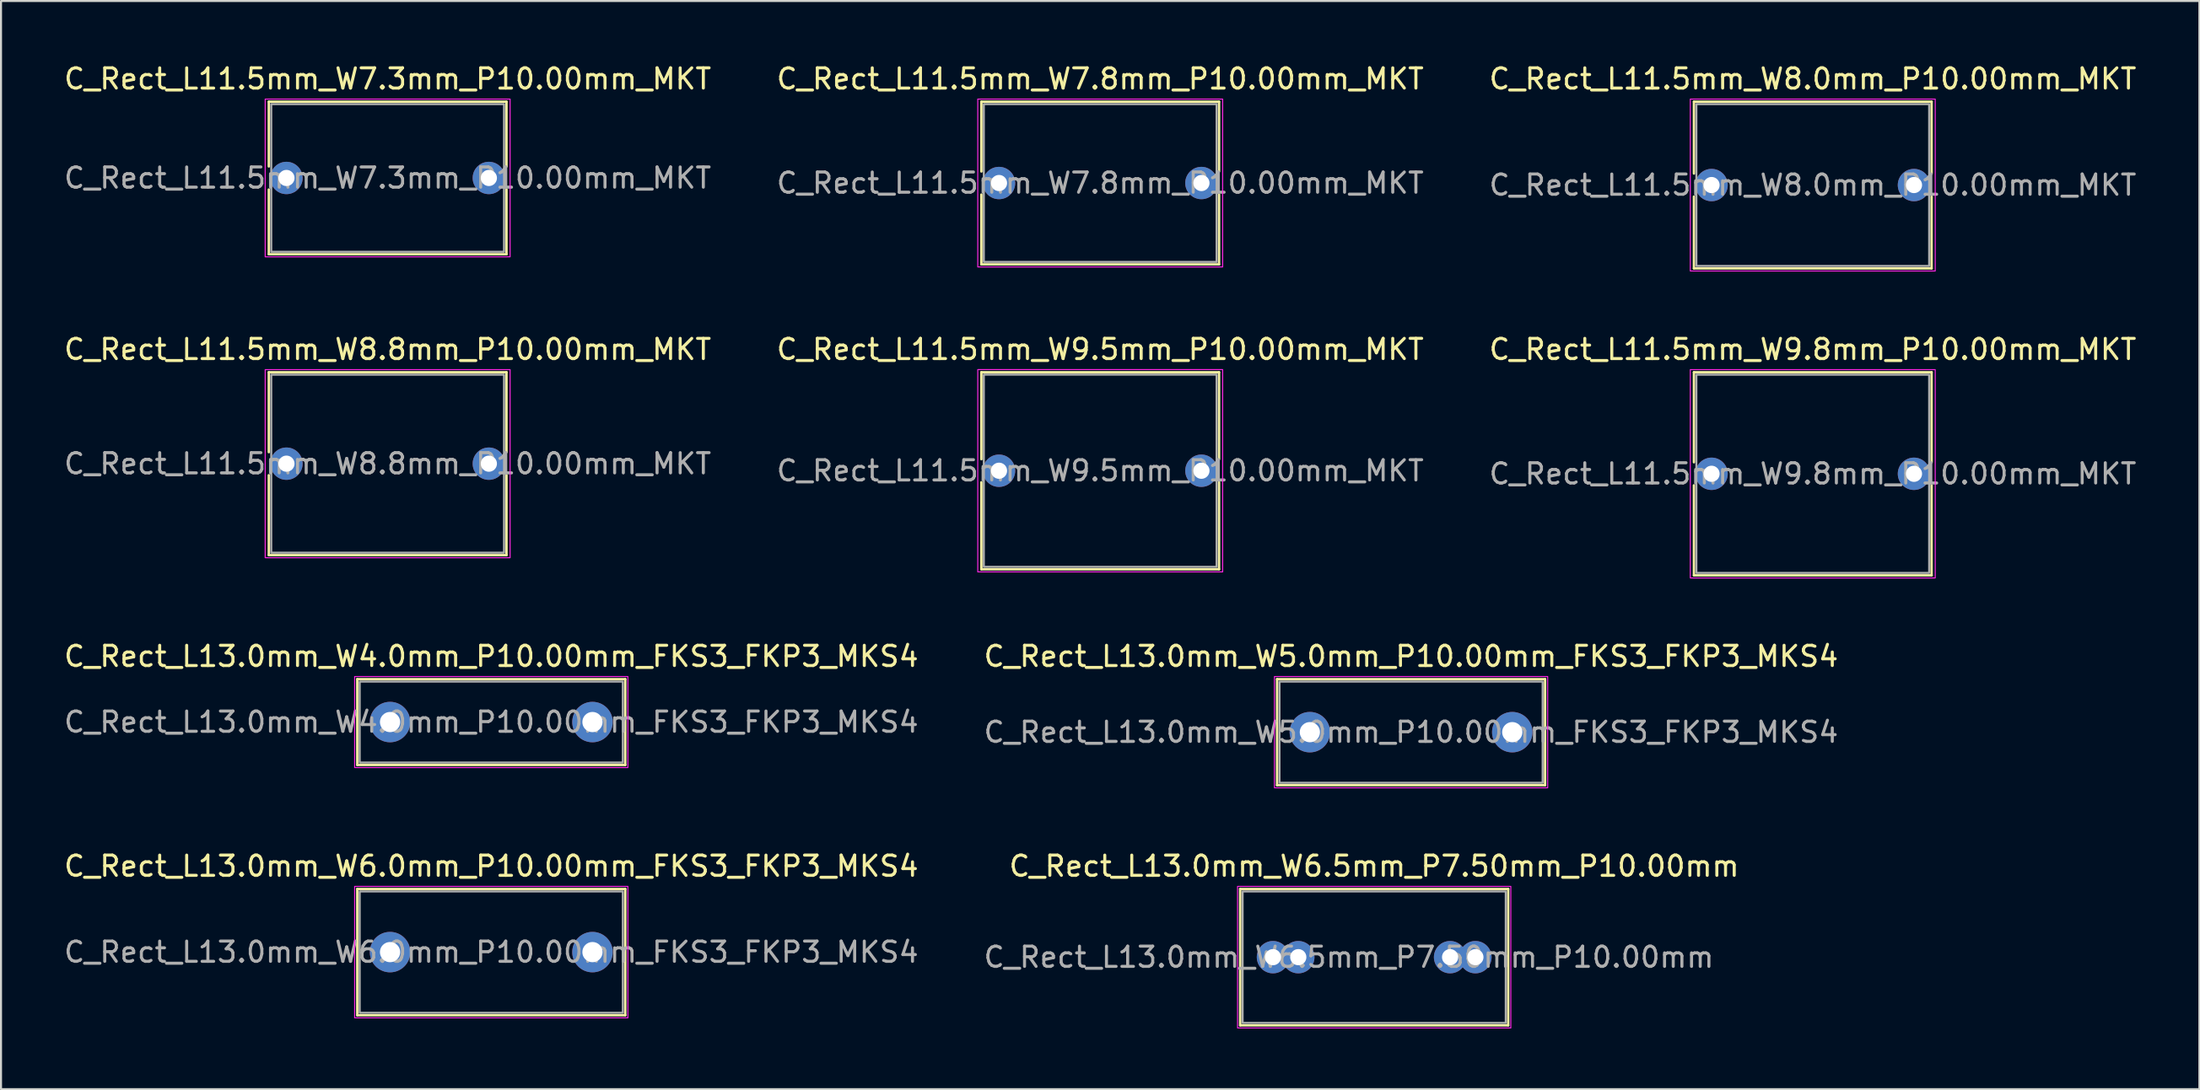
<source format=kicad_pcb>
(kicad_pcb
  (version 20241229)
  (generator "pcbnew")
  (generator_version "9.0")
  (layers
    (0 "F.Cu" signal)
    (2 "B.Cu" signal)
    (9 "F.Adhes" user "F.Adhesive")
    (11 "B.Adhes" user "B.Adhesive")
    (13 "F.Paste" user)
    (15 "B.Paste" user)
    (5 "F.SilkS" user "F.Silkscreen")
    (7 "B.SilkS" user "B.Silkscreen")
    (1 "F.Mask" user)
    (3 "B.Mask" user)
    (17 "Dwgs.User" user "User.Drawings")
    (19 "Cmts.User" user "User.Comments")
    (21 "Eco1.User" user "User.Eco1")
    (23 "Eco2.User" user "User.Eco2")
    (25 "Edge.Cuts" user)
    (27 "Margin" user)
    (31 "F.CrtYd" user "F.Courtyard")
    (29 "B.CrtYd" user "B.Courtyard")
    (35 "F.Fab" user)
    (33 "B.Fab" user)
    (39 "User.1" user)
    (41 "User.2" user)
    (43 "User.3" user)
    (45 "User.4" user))
  (footprint "C_Rect_L13.0mm_W6.0mm_P10.00mm_FKS3_FKP3_MKS4"
    (layer "F.Cu")
    (at 16.22 44.018)
    (property "Reference" "C_Rect_L13.0mm_W6.0mm_P10.00mm_FKS3_FKP3_MKS4" (at 5 -4.25 0) (layer "F.SilkS") (effects (font (size 1 1) (thickness 0.15))))
    (attr through_hole)
    (fp_line (start -1.62 -3.12) (end -1.62 3.12) (stroke (width 0.12) (type solid)) (layer "F.SilkS"))
    (fp_line (start -1.62 -3.12) (end 11.62 -3.12) (stroke (width 0.12) (type solid)) (layer "F.SilkS"))
    (fp_line (start -1.62 3.12) (end 11.62 3.12) (stroke (width 0.12) (type solid)) (layer "F.SilkS"))
    (fp_line (start 11.62 -3.12) (end 11.62 3.12) (stroke (width 0.12) (type solid)) (layer "F.SilkS"))
    (fp_rect (start -1.75 -3.25) (end 11.75 3.25) (stroke (width 0.05) (type solid)) (fill no) (layer "F.CrtYd"))
    (fp_rect (start -1.5 -3) (end 11.5 3) (stroke (width 0.1) (type solid)) (fill no) (layer "F.Fab"))
    (fp_text user "${REFERENCE}" (at 5 0 0) (layer "F.Fab") (effects (font (size 1 1) (thickness 0.15))))
    (pad "1" thru_hole circle (at 0 0) (size 2 2) (drill 1) (layers "*.Cu" "*.Mask"))
    (pad "2" thru_hole circle (at 10 0) (size 2 2) (drill 1) (layers "*.Cu" "*.Mask")))
  (footprint "C_Rect_L13.0mm_W5.0mm_P10.00mm_FKS3_FKP3_MKS4"
    (layer "F.Cu")
    (at 61.661 33.145)
    (property "Reference" "C_Rect_L13.0mm_W5.0mm_P10.00mm_FKS3_FKP3_MKS4" (at 5 -3.75 0) (layer "F.SilkS") (effects (font (size 1 1) (thickness 0.15))))
    (attr through_hole)
    (fp_line (start -1.62 -2.62) (end -1.62 2.62) (stroke (width 0.12) (type solid)) (layer "F.SilkS"))
    (fp_line (start -1.62 -2.62) (end 11.62 -2.62) (stroke (width 0.12) (type solid)) (layer "F.SilkS"))
    (fp_line (start -1.62 2.62) (end 11.62 2.62) (stroke (width 0.12) (type solid)) (layer "F.SilkS"))
    (fp_line (start 11.62 -2.62) (end 11.62 2.62) (stroke (width 0.12) (type solid)) (layer "F.SilkS"))
    (fp_rect (start -1.75 -2.75) (end 11.75 2.75) (stroke (width 0.05) (type solid)) (fill no) (layer "F.CrtYd"))
    (fp_rect (start -1.5 -2.5) (end 11.5 2.5) (stroke (width 0.1) (type solid)) (fill no) (layer "F.Fab"))
    (fp_text user "${REFERENCE}" (at 5 0 0) (layer "F.Fab") (effects (font (size 1 1) (thickness 0.15))))
    (pad "1" thru_hole circle (at 0 0) (size 2 2) (drill 1) (layers "*.Cu" "*.Mask"))
    (pad "2" thru_hole circle (at 10 0) (size 2 2) (drill 1) (layers "*.Cu" "*.Mask")))
  (footprint "C_Rect_L13.0mm_W6.5mm_P7.50mm_P10.00mm"
    (layer "F.Cu")
    (at 59.839 44.268)
    (property "Reference" "C_Rect_L13.0mm_W6.5mm_P7.50mm_P10.00mm" (at 5 -4.5 0) (layer "F.SilkS") (effects (font (size 1 1) (thickness 0.15))))
    (attr through_hole)
    (fp_line (start -1.62 -3.37) (end -1.62 3.37) (stroke (width 0.12) (type solid)) (layer "F.SilkS"))
    (fp_line (start -1.62 -3.37) (end 11.62 -3.37) (stroke (width 0.12) (type solid)) (layer "F.SilkS"))
    (fp_line (start -1.62 3.37) (end 11.62 3.37) (stroke (width 0.12) (type solid)) (layer "F.SilkS"))
    (fp_line (start 11.62 -3.37) (end 11.62 3.37) (stroke (width 0.12) (type solid)) (layer "F.SilkS"))
    (fp_rect (start -1.75 -3.5) (end 11.75 3.5) (stroke (width 0.05) (type solid)) (fill no) (layer "F.CrtYd"))
    (fp_rect (start -1.5 -3.25) (end 11.5 3.25) (stroke (width 0.1) (type solid)) (fill no) (layer "F.Fab"))
    (fp_text user "${REFERENCE}" (at 3.75 0 0) (layer "F.Fab") (effects (font (size 1 1) (thickness 0.15))))
    (pad "1" thru_hole circle (at 0 0) (size 1.6 1.6) (drill 0.8) (layers "*.Cu" "*.Mask"))
    (pad "1" thru_hole circle (at 1.25 0) (size 1.6 1.6) (drill 0.8) (layers "*.Cu" "*.Mask"))
    (pad "2" thru_hole circle (at 8.75 0) (size 1.6 1.6) (drill 0.8) (layers "*.Cu" "*.Mask"))
    (pad "2" thru_hole circle (at 10 0) (size 1.6 1.6) (drill 0.8) (layers "*.Cu" "*.Mask")))
  (footprint "C_Rect_L13.0mm_W4.0mm_P10.00mm_FKS3_FKP3_MKS4"
    (layer "F.Cu")
    (at 16.22 32.645)
    (property "Reference" "C_Rect_L13.0mm_W4.0mm_P10.00mm_FKS3_FKP3_MKS4" (at 5 -3.25 0) (layer "F.SilkS") (effects (font (size 1 1) (thickness 0.15))))
    (attr through_hole)
    (fp_line (start -1.62 -2.12) (end -1.62 2.12) (stroke (width 0.12) (type solid)) (layer "F.SilkS"))
    (fp_line (start -1.62 -2.12) (end 11.62 -2.12) (stroke (width 0.12) (type solid)) (layer "F.SilkS"))
    (fp_line (start -1.62 2.12) (end 11.62 2.12) (stroke (width 0.12) (type solid)) (layer "F.SilkS"))
    (fp_line (start 11.62 -2.12) (end 11.62 2.12) (stroke (width 0.12) (type solid)) (layer "F.SilkS"))
    (fp_rect (start -1.75 -2.25) (end 11.75 2.25) (stroke (width 0.05) (type solid)) (fill no) (layer "F.CrtYd"))
    (fp_rect (start -1.5 -2) (end 11.5 2) (stroke (width 0.1) (type solid)) (fill no) (layer "F.Fab"))
    (fp_text user "${REFERENCE}" (at 5 0 0) (layer "F.Fab") (effects (font (size 1 1) (thickness 0.15))))
    (pad "1" thru_hole circle (at 0 0) (size 2 2) (drill 1) (layers "*.Cu" "*.Mask"))
    (pad "2" thru_hole circle (at 10 0) (size 2 2) (drill 1) (layers "*.Cu" "*.Mask")))
  (footprint "C_Rect_L11.5mm_W7.3mm_P10.00mm_MKT"
    (layer "F.Cu")
    (at 11.101 5.748)
    (property "Reference" "C_Rect_L11.5mm_W7.3mm_P10.00mm_MKT" (at 5 -4.9 0) (layer "F.SilkS") (effects (font (size 1 1) (thickness 0.15))))
    (attr through_hole)
    (fp_line (start -0.87 -3.77) (end -0.87 -0.57) (stroke (width 0.12) (type solid)) (layer "F.SilkS"))
    (fp_line (start -0.87 -3.77) (end 10.87 -3.77) (stroke (width 0.12) (type solid)) (layer "F.SilkS"))
    (fp_line (start -0.87 0.57) (end -0.87 3.77) (stroke (width 0.12) (type solid)) (layer "F.SilkS"))
    (fp_line (start -0.87 3.77) (end 10.87 3.77) (stroke (width 0.12) (type solid)) (layer "F.SilkS"))
    (fp_line (start 10.87 -3.77) (end 10.87 -0.57) (stroke (width 0.12) (type solid)) (layer "F.SilkS"))
    (fp_line (start 10.87 0.57) (end 10.87 3.77) (stroke (width 0.12) (type solid)) (layer "F.SilkS"))
    (fp_rect (start -1.05 -3.9) (end 11.05 3.9) (stroke (width 0.05) (type solid)) (fill no) (layer "F.CrtYd"))
    (fp_rect (start -0.75 -3.65) (end 10.75 3.65) (stroke (width 0.1) (type solid)) (fill no) (layer "F.Fab"))
    (fp_text user "${REFERENCE}" (at 5 0 0) (layer "F.Fab") (effects (font (size 1 1) (thickness 0.15))))
    (pad "1" thru_hole circle (at 0 0) (size 1.6 1.6) (drill 0.8) (layers "*.Cu" "*.Mask"))
    (pad "2" thru_hole circle (at 10 0) (size 1.6 1.6) (drill 0.8) (layers "*.Cu" "*.Mask")))
  (footprint "C_Rect_L11.5mm_W9.5mm_P10.00mm_MKT"
    (layer "F.Cu")
    (at 46.304 20.221)
    (property "Reference" "C_Rect_L11.5mm_W9.5mm_P10.00mm_MKT" (at 5 -6 0) (layer "F.SilkS") (effects (font (size 1 1) (thickness 0.15))))
    (attr through_hole)
    (fp_line (start -0.87 -4.87) (end -0.87 -0.57) (stroke (width 0.12) (type solid)) (layer "F.SilkS"))
    (fp_line (start -0.87 -4.87) (end 10.87 -4.87) (stroke (width 0.12) (type solid)) (layer "F.SilkS"))
    (fp_line (start -0.87 0.57) (end -0.87 4.87) (stroke (width 0.12) (type solid)) (layer "F.SilkS"))
    (fp_line (start -0.87 4.87) (end 10.87 4.87) (stroke (width 0.12) (type solid)) (layer "F.SilkS"))
    (fp_line (start 10.87 -4.87) (end 10.87 -0.57) (stroke (width 0.12) (type solid)) (layer "F.SilkS"))
    (fp_line (start 10.87 0.57) (end 10.87 4.87) (stroke (width 0.12) (type solid)) (layer "F.SilkS"))
    (fp_rect (start -1.05 -5) (end 11.05 5) (stroke (width 0.05) (type solid)) (fill no) (layer "F.CrtYd"))
    (fp_rect (start -0.75 -4.75) (end 10.75 4.75) (stroke (width 0.1) (type solid)) (fill no) (layer "F.Fab"))
    (fp_text user "${REFERENCE}" (at 5 0 0) (layer "F.Fab") (effects (font (size 1 1) (thickness 0.15))))
    (pad "1" thru_hole circle (at 0 0) (size 1.6 1.6) (drill 0.8) (layers "*.Cu" "*.Mask"))
    (pad "2" thru_hole circle (at 10 0) (size 1.6 1.6) (drill 0.8) (layers "*.Cu" "*.Mask")))
  (footprint "C_Rect_L11.5mm_W9.8mm_P10.00mm_MKT"
    (layer "F.Cu")
    (at 81.506 20.372)
    (property "Reference" "C_Rect_L11.5mm_W9.8mm_P10.00mm_MKT" (at 5 -6.15 0) (layer "F.SilkS") (effects (font (size 1 1) (thickness 0.15))))
    (attr through_hole)
    (fp_line (start -0.87 -5.02) (end -0.87 -0.57) (stroke (width 0.12) (type solid)) (layer "F.SilkS"))
    (fp_line (start -0.87 -5.02) (end 10.87 -5.02) (stroke (width 0.12) (type solid)) (layer "F.SilkS"))
    (fp_line (start -0.87 0.57) (end -0.87 5.02) (stroke (width 0.12) (type solid)) (layer "F.SilkS"))
    (fp_line (start -0.87 5.02) (end 10.87 5.02) (stroke (width 0.12) (type solid)) (layer "F.SilkS"))
    (fp_line (start 10.87 -5.02) (end 10.87 -0.57) (stroke (width 0.12) (type solid)) (layer "F.SilkS"))
    (fp_line (start 10.87 0.57) (end 10.87 5.02) (stroke (width 0.12) (type solid)) (layer "F.SilkS"))
    (fp_rect (start -1.05 -5.15) (end 11.05 5.15) (stroke (width 0.05) (type solid)) (fill no) (layer "F.CrtYd"))
    (fp_rect (start -0.75 -4.9) (end 10.75 4.9) (stroke (width 0.1) (type solid)) (fill no) (layer "F.Fab"))
    (fp_text user "${REFERENCE}" (at 5 0 0) (layer "F.Fab") (effects (font (size 1 1) (thickness 0.15))))
    (pad "1" thru_hole circle (at 0 0) (size 1.6 1.6) (drill 0.8) (layers "*.Cu" "*.Mask"))
    (pad "2" thru_hole circle (at 10 0) (size 1.6 1.6) (drill 0.8) (layers "*.Cu" "*.Mask")))
  (footprint "C_Rect_L11.5mm_W8.0mm_P10.00mm_MKT"
    (layer "F.Cu")
    (at 81.506 6.098)
    (property "Reference" "C_Rect_L11.5mm_W8.0mm_P10.00mm_MKT" (at 5 -5.25 0) (layer "F.SilkS") (effects (font (size 1 1) (thickness 0.15))))
    (attr through_hole)
    (fp_line (start -0.87 -4.12) (end -0.87 -0.57) (stroke (width 0.12) (type solid)) (layer "F.SilkS"))
    (fp_line (start -0.87 -4.12) (end 10.87 -4.12) (stroke (width 0.12) (type solid)) (layer "F.SilkS"))
    (fp_line (start -0.87 0.57) (end -0.87 4.12) (stroke (width 0.12) (type solid)) (layer "F.SilkS"))
    (fp_line (start -0.87 4.12) (end 10.87 4.12) (stroke (width 0.12) (type solid)) (layer "F.SilkS"))
    (fp_line (start 10.87 -4.12) (end 10.87 -0.57) (stroke (width 0.12) (type solid)) (layer "F.SilkS"))
    (fp_line (start 10.87 0.57) (end 10.87 4.12) (stroke (width 0.12) (type solid)) (layer "F.SilkS"))
    (fp_rect (start -1.05 -4.25) (end 11.05 4.25) (stroke (width 0.05) (type solid)) (fill no) (layer "F.CrtYd"))
    (fp_rect (start -0.75 -4) (end 10.75 4) (stroke (width 0.1) (type solid)) (fill no) (layer "F.Fab"))
    (fp_text user "${REFERENCE}" (at 5 0 0) (layer "F.Fab") (effects (font (size 1 1) (thickness 0.15))))
    (pad "1" thru_hole circle (at 0 0) (size 1.6 1.6) (drill 0.8) (layers "*.Cu" "*.Mask"))
    (pad "2" thru_hole circle (at 10 0) (size 1.6 1.6) (drill 0.8) (layers "*.Cu" "*.Mask")))
  (footprint "C_Rect_L11.5mm_W7.8mm_P10.00mm_MKT"
    (layer "F.Cu")
    (at 46.304 5.998)
    (property "Reference" "C_Rect_L11.5mm_W7.8mm_P10.00mm_MKT" (at 5 -5.15 0) (layer "F.SilkS") (effects (font (size 1 1) (thickness 0.15))))
    (attr through_hole)
    (fp_line (start -0.87 -4.02) (end -0.87 -0.57) (stroke (width 0.12) (type solid)) (layer "F.SilkS"))
    (fp_line (start -0.87 -4.02) (end 10.87 -4.02) (stroke (width 0.12) (type solid)) (layer "F.SilkS"))
    (fp_line (start -0.87 0.57) (end -0.87 4.02) (stroke (width 0.12) (type solid)) (layer "F.SilkS"))
    (fp_line (start -0.87 4.02) (end 10.87 4.02) (stroke (width 0.12) (type solid)) (layer "F.SilkS"))
    (fp_line (start 10.87 -4.02) (end 10.87 -0.57) (stroke (width 0.12) (type solid)) (layer "F.SilkS"))
    (fp_line (start 10.87 0.57) (end 10.87 4.02) (stroke (width 0.12) (type solid)) (layer "F.SilkS"))
    (fp_rect (start -1.05 -4.15) (end 11.05 4.15) (stroke (width 0.05) (type solid)) (fill no) (layer "F.CrtYd"))
    (fp_rect (start -0.75 -3.9) (end 10.75 3.9) (stroke (width 0.1) (type solid)) (fill no) (layer "F.Fab"))
    (fp_text user "${REFERENCE}" (at 5 0 0) (layer "F.Fab") (effects (font (size 1 1) (thickness 0.15))))
    (pad "1" thru_hole circle (at 0 0) (size 1.6 1.6) (drill 0.8) (layers "*.Cu" "*.Mask"))
    (pad "2" thru_hole circle (at 10 0) (size 1.6 1.6) (drill 0.8) (layers "*.Cu" "*.Mask")))
  (footprint "C_Rect_L11.5mm_W8.8mm_P10.00mm_MKT"
    (layer "F.Cu")
    (at 11.101 19.872)
    (property "Reference" "C_Rect_L11.5mm_W8.8mm_P10.00mm_MKT" (at 5 -5.65 0) (layer "F.SilkS") (effects (font (size 1 1) (thickness 0.15))))
    (attr through_hole)
    (fp_line (start -0.87 -4.52) (end -0.87 -0.57) (stroke (width 0.12) (type solid)) (layer "F.SilkS"))
    (fp_line (start -0.87 -4.52) (end 10.87 -4.52) (stroke (width 0.12) (type solid)) (layer "F.SilkS"))
    (fp_line (start -0.87 0.57) (end -0.87 4.52) (stroke (width 0.12) (type solid)) (layer "F.SilkS"))
    (fp_line (start -0.87 4.52) (end 10.87 4.52) (stroke (width 0.12) (type solid)) (layer "F.SilkS"))
    (fp_line (start 10.87 -4.52) (end 10.87 -0.57) (stroke (width 0.12) (type solid)) (layer "F.SilkS"))
    (fp_line (start 10.87 0.57) (end 10.87 4.52) (stroke (width 0.12) (type solid)) (layer "F.SilkS"))
    (fp_rect (start -1.05 -4.65) (end 11.05 4.65) (stroke (width 0.05) (type solid)) (fill no) (layer "F.CrtYd"))
    (fp_rect (start -0.75 -4.4) (end 10.75 4.4) (stroke (width 0.1) (type solid)) (fill no) (layer "F.Fab"))
    (fp_text user "${REFERENCE}" (at 5 0 0) (layer "F.Fab") (effects (font (size 1 1) (thickness 0.15))))
    (pad "1" thru_hole circle (at 0 0) (size 1.6 1.6) (drill 0.8) (layers "*.Cu" "*.Mask"))
    (pad "2" thru_hole circle (at 10 0) (size 1.6 1.6) (drill 0.8) (layers "*.Cu" "*.Mask")))
  (gr_rect
    (start -3 -3)
    (end 105.607 50.793)
    (stroke (width 0.1) (type default))
    (fill no)
    (layer "Edge.Cuts")))
</source>
